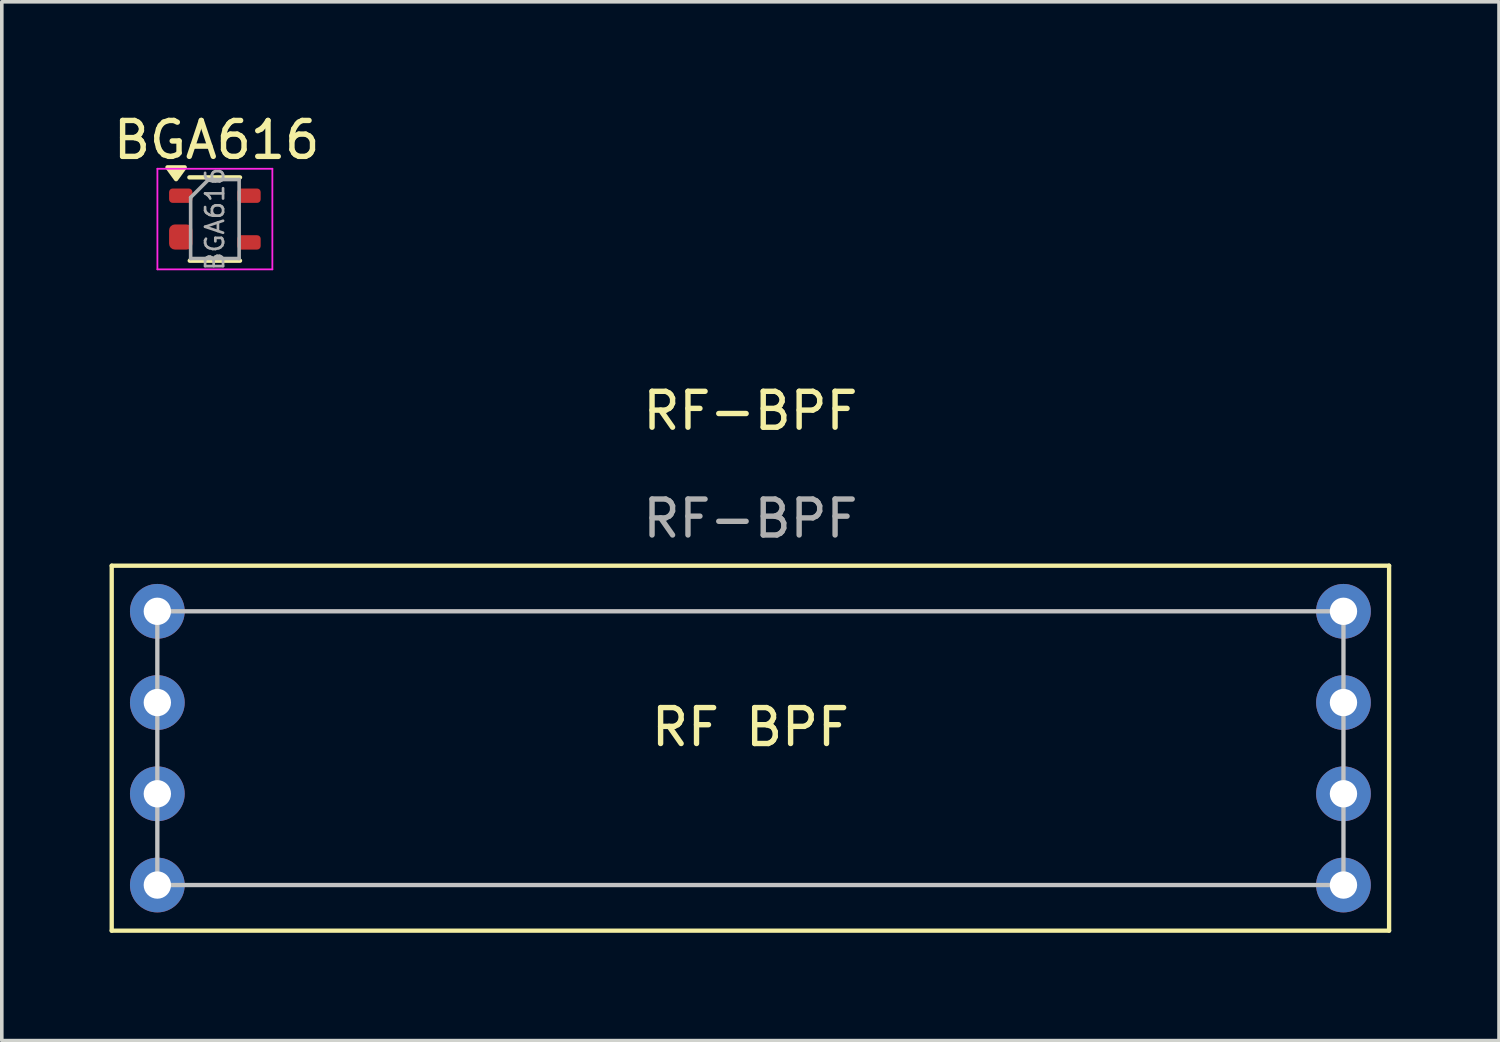
<source format=kicad_pcb>
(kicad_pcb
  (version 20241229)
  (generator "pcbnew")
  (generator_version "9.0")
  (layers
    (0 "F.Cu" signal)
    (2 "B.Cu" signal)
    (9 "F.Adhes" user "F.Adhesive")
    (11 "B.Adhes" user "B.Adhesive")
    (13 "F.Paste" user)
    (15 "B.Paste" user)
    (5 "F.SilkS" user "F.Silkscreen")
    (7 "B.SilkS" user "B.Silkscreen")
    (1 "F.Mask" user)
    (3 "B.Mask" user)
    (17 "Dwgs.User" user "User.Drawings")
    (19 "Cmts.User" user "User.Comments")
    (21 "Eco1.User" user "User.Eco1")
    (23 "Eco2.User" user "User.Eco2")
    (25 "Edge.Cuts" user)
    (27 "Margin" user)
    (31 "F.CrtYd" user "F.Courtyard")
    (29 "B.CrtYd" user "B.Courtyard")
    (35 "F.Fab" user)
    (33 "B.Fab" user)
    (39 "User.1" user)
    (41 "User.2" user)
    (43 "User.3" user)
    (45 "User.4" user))
  (footprint "BGA616"
    (layer "F.Cu")
    (at 2.982 3.098)
    (property "Reference" "BGA616" (at 0 -2.25 0) (layer "F.SilkS") (effects (font (size 1 1) (thickness 0.15))))
    (attr smd)
    (fp_line (start -0.76 -1.21) (end 0.65 -1.21) (stroke (width 0.12) (type solid)) (layer "F.SilkS"))
    (fp_line (start -0.75 1.11) (end 0.65 1.11) (stroke (width 0.12) (type solid)) (layer "F.SilkS"))
    (fp_poly (pts (xy -1.13 -1.16) (xy -1.37 -1.49) (xy -0.89 -1.49) (xy -1.13 -1.16)) (stroke (width 0.12) (type solid)) (fill yes) (layer "F.SilkS"))
    (fp_line (start -1.65 -1.45) (end -1.65 1.35) (stroke (width 0.05) (type solid)) (layer "F.CrtYd"))
    (fp_line (start -1.65 -1.45) (end 1.55 -1.45) (stroke (width 0.05) (type solid)) (layer "F.CrtYd"))
    (fp_line (start -1.65 1.35) (end 1.55 1.35) (stroke (width 0.05) (type solid)) (layer "F.CrtYd"))
    (fp_line (start 1.55 1.35) (end 1.55 -1.45) (stroke (width 0.05) (type solid)) (layer "F.CrtYd"))
    (fp_line (start -0.725 -0.65) (end -0.725 1.05) (stroke (width 0.1) (type solid)) (layer "F.Fab"))
    (fp_line (start -0.225 -1.15) (end -0.725 -0.65) (stroke (width 0.1) (type solid)) (layer "F.Fab"))
    (fp_line (start 0.625 -1.15) (end -0.225 -1.15) (stroke (width 0.1) (type solid)) (layer "F.Fab"))
    (fp_line (start 0.625 -1.15) (end 0.625 1.05) (stroke (width 0.1) (type solid)) (layer "F.Fab"))
    (fp_line (start 0.625 1.05) (end -0.725 1.05) (stroke (width 0.1) (type solid)) (layer "F.Fab"))
    (fp_text user "${REFERENCE}" (at -0.05 -0.05 90) (layer "F.Fab") (effects (font (size 0.5 0.5) (thickness 0.075))))
    (pad "1" smd roundrect (at -1 -0.7) (size 0.65 0.4) (layers "F.Cu" "F.Mask" "F.Paste") (roundrect_rratio 0.25))
    (pad "2" smd roundrect (at -1 0.45) (size 0.65 0.7) (layers "F.Cu" "F.Mask" "F.Paste") (roundrect_rratio 0.25))
    (pad "3" smd roundrect (at 0.9 0.6) (size 0.65 0.4) (layers "F.Cu" "F.Mask" "F.Paste") (roundrect_rratio 0.25))
    (pad "4" smd roundrect (at 0.9 -0.7) (size 0.65 0.4) (layers "F.Cu" "F.Mask" "F.Paste") (roundrect_rratio 0.25)))
  (footprint "RF-BPF"
    (layer "F.Cu")
    (at 17.84 8.888)
    (property "Reference" "RF-BPF" (at 0 -0.5 0) (unlocked yes) (layer "F.SilkS") (effects (font (size 1 1) (thickness 0.15))))
    (attr through_hole)
    (fp_line (start -17.78 3.81) (end 17.78 3.81) (stroke (width 0.12) (type default)) (layer "F.SilkS"))
    (fp_line (start -17.78 13.97) (end -17.78 3.81) (stroke (width 0.12) (type default)) (layer "F.SilkS"))
    (fp_line (start 17.78 3.81) (end 17.78 13.97) (stroke (width 0.12) (type default)) (layer "F.SilkS"))
    (fp_line (start 17.78 13.97) (end -17.78 13.97) (stroke (width 0.12) (type default)) (layer "F.SilkS"))
    (fp_line (start -16.51 5.08) (end -16.51 12.7) (stroke (width 0.12) (type default)) (layer "Dwgs.User"))
    (fp_line (start -16.51 5.08) (end 16.51 5.08) (stroke (width 0.12) (type default)) (layer "Dwgs.User"))
    (fp_line (start 16.51 5.08) (end 16.51 12.7) (stroke (width 0.12) (type default)) (layer "Dwgs.User"))
    (fp_line (start 16.51 12.7) (end -16.51 12.7) (stroke (width 0.12) (type default)) (layer "Dwgs.User"))
    (fp_text user "RF BPF" (at 0 8.89 0) (unlocked yes) (layer "F.SilkS") (effects (font (size 1 1) (thickness 0.15)) (justify bottom)))
    (fp_text user "${REFERENCE}" (at 0 2.5 0) (unlocked yes) (layer "F.Fab") (effects (font (size 1 1) (thickness 0.15))))
    (pad "1" thru_hole circle (at -16.51 5.08) (size 1.524 1.524) (drill 0.762) (layers "*.Cu" "*.Mask"))
    (pad "2" thru_hole circle (at -16.51 7.62) (size 1.524 1.524) (drill 0.762) (layers "*.Cu" "*.Mask"))
    (pad "3" thru_hole circle (at -16.51 10.16) (size 1.524 1.524) (drill 0.762) (layers "*.Cu" "*.Mask"))
    (pad "4" thru_hole circle (at -16.51 12.7) (size 1.524 1.524) (drill 0.762) (layers "*.Cu" "*.Mask"))
    (pad "5" thru_hole circle (at 16.51 12.7) (size 1.524 1.524) (drill 0.762) (layers "*.Cu" "*.Mask"))
    (pad "6" thru_hole circle (at 16.51 10.16) (size 1.524 1.524) (drill 0.762) (layers "*.Cu" "*.Mask"))
    (pad "7" thru_hole circle (at 16.51 7.62) (size 1.524 1.524) (drill 0.762) (layers "*.Cu" "*.Mask"))
    (pad "8" thru_hole circle (at 16.51 5.08) (size 1.524 1.524) (drill 0.762) (layers "*.Cu" "*.Mask"))
    (zone (net_name "") (layers "F.Cu" "B.Cu") (hatch edge 0.5) (connect_pads) (min_thickness 0.25) (filled_areas_thickness no) (keepout (tracks not_allowed) (vias not_allowed) (pads not_allowed) (copperpour not_allowed) (footprints allowed)) (placement (enabled no)) (fill) (polygon (pts (xy 0.06 12.698) (xy 35.62 12.698) (xy 35.62 22.858) (xy 0.06 22.858)))))
  (gr_rect
    (start -3 -3)
    (end 38.68 25.918)
    (stroke (width 0.1) (type default))
    (fill no)
    (layer "Edge.Cuts")))
</source>
